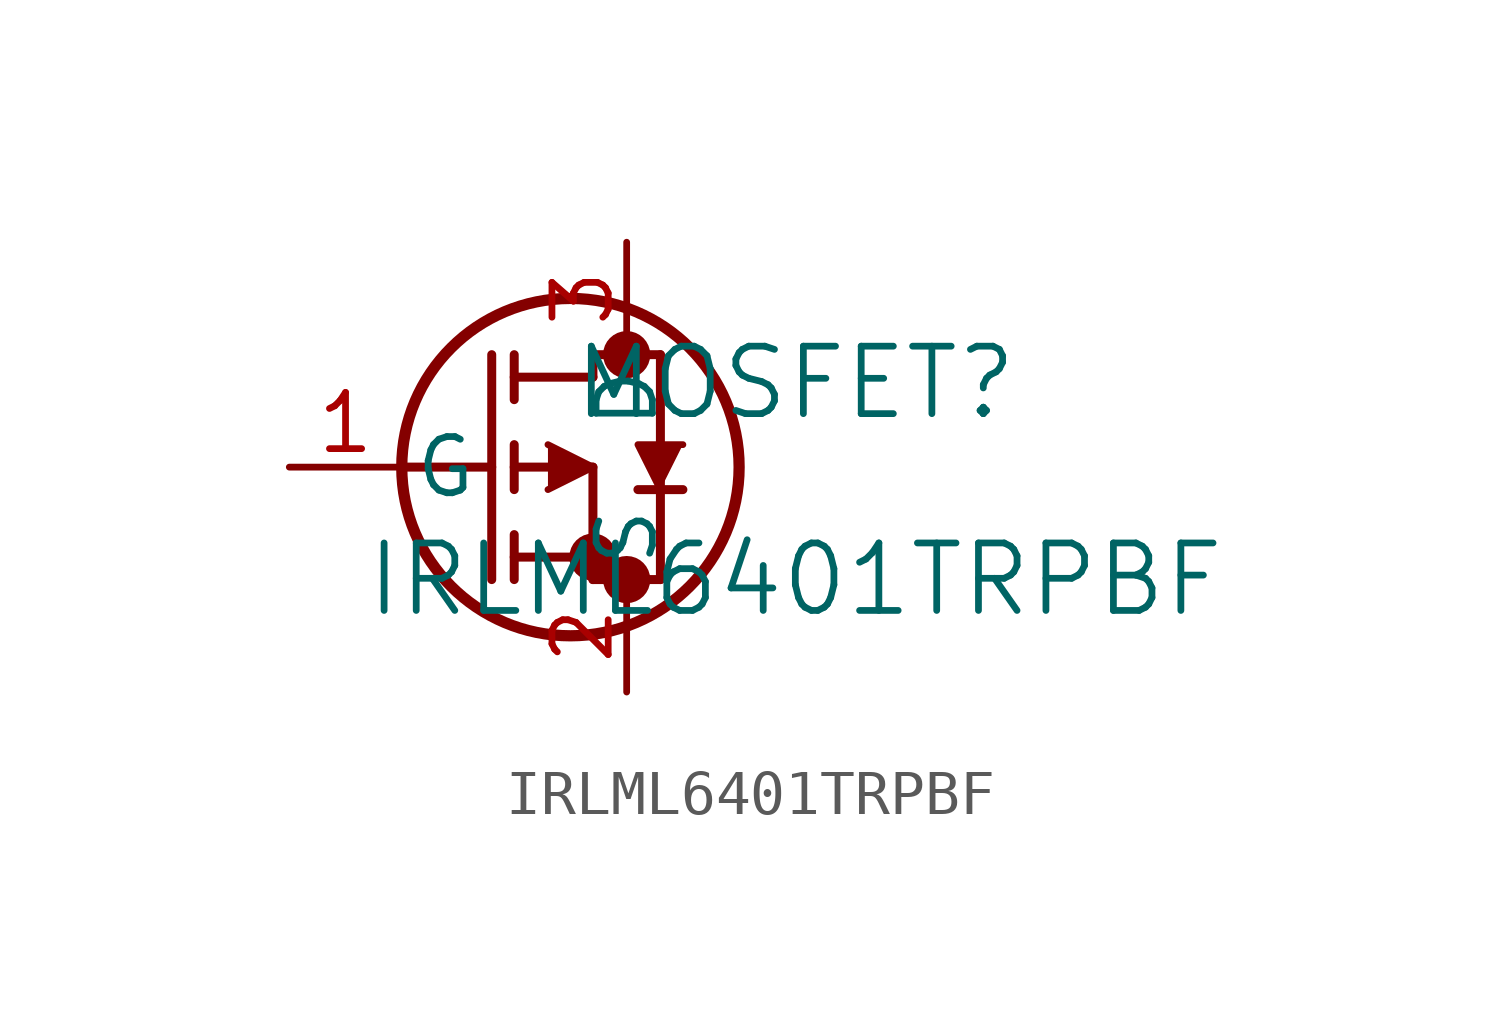
<source format=kicad_sym>
(kicad_symbol_lib
  (version 20211014)
  (generator kicad_symbol_editor)
  (symbol "IRLML6401TRPBF"
    (pin_names
      (offset 0.254))
    (property "Reference" "MOSFET"
      (at 11.43 1.905 0)
      (effects (font (size 1.524 1.524))))
    (property "Value" "IRLML6401TRPBF"
      (at 11.43 -2.54 0)
      (effects (font (size 1.524 1.524))))
    (symbol "IRLML6401TRPBF_0_1"
      (circle (center 7.62 2.54) (radius 0.025) (stroke (width 0.508) (type default) (color 0 0 0 0)) (fill (type none)))
      (circle (center 7.62 -2.54) (radius 0.025) (stroke (width 0.508) (type default) (color 0 0 0 0)) (fill (type none)))
      (circle (center 6.858 -2.032) (radius 0.025) (stroke (width 0.508) (type default) (color 0 0 0 0)) (fill (type none)))
      (circle (center 6.35 0) (radius 3.81) (stroke (width 0.254) (type default) (color 0 0 0 0)) (fill (type none)))
      (polyline (pts (xy 2.54 0) (xy 4.572 0)) (stroke (width 0.203) (type default) (color 0 0 0 0)) (fill (type none)))
      (polyline (pts (xy 4.572 -2.54) (xy 4.572 2.54)) (stroke (width 0.203) (type default) (color 0 0 0 0)) (fill (type none)))
      (polyline (pts (xy 5.08 -0.508) (xy 5.08 0.508)) (stroke (width 0.203) (type default) (color 0 0 0 0)) (fill (type none)))
      (polyline (pts (xy 5.08 -2.54) (xy 5.08 -1.524)) (stroke (width 0.203) (type default) (color 0 0 0 0)) (fill (type none)))
      (polyline (pts (xy 5.08 1.524) (xy 5.08 2.54)) (stroke (width 0.203) (type default) (color 0 0 0 0)) (fill (type none)))
      (polyline (pts (xy 5.08 0) (xy 6.858 0)) (stroke (width 0.203) (type default) (color 0 0 0 0)) (fill (type none)))
      (polyline (pts (xy 5.08 -2.032) (xy 6.858 -2.032)) (stroke (width 0.203) (type default) (color 0 0 0 0)) (fill (type none)))
      (polyline (pts (xy 6.858 -2.54) (xy 6.858 0)) (stroke (width 0.203) (type default) (color 0 0 0 0)) (fill (type none)))
      (polyline (pts (xy 6.858 -2.54) (xy 8.382 -2.54)) (stroke (width 0.203) (type default) (color 0 0 0 0)) (fill (type none)))
      (polyline (pts (xy 5.08 2.032) (xy 6.858 2.032)) (stroke (width 0.203) (type default) (color 0 0 0 0)) (fill (type none)))
      (polyline (pts (xy 8.382 -2.54) (xy 8.382 2.54)) (stroke (width 0.203) (type default) (color 0 0 0 0)) (fill (type none)))
      (polyline (pts (xy 5.842 0.508) (xy 6.858 0) (xy 5.842 -0.508)) (stroke (width 0) (type default) (color 0 0 0 0)) (fill (type outline)))
      (polyline (pts (xy 8.89 -0.508) (xy 7.874 -0.508)) (stroke (width 0.203) (type default) (color 0 0 0 0)) (fill (type none)))
      (polyline (pts (xy 8.89 0.508) (xy 7.874 0.508) (xy 8.382 -0.508)) (stroke (width 0) (type default) (color 0 0 0 0)) (fill (type outline)))
      (polyline (pts (xy 6.858 2.54) (xy 8.382 2.54)) (stroke (width 0.203) (type default) (color 0 0 0 0)) (fill (type none)))
      (polyline (pts (xy 6.858 2.032) (xy 6.858 2.54)) (stroke (width 0.203) (type default) (color 0 0 0 0)) (fill (type none)))
      (pin unspecified line (at 0 0 0) (length 2.54) (name "G" (effects (font (size 1.27 1.27)))) (number "1" (effects (font (size 1.27 1.27)))))
      (pin unspecified line (at 7.62 -5.08 90) (length 2.54) (name "S" (effects (font (size 1.27 1.27)))) (number "2" (effects (font (size 1.27 1.27)))))
      (pin unspecified line (at 7.62 5.08 270) (length 2.54) (name "D" (effects (font (size 1.27 1.27)))) (number "3" (effects (font (size 1.27 1.27))))))))
</source>
